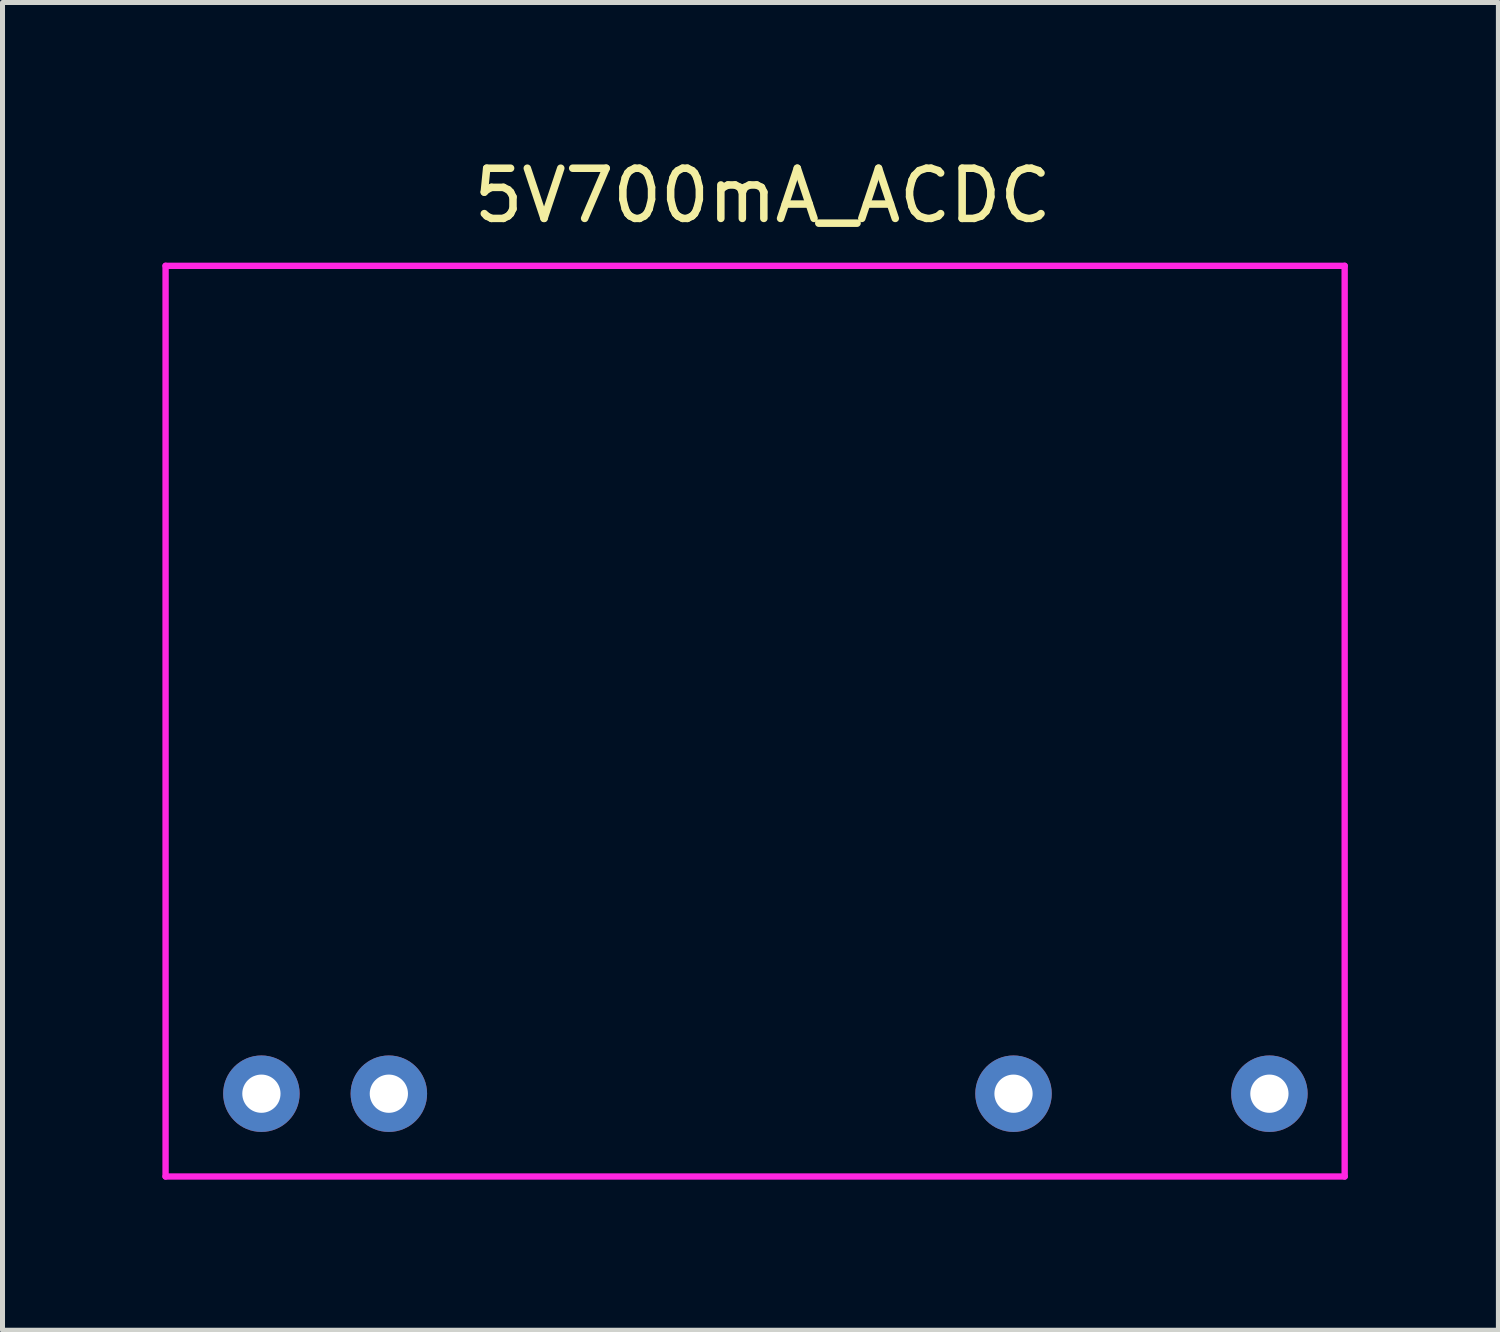
<source format=kicad_pcb>
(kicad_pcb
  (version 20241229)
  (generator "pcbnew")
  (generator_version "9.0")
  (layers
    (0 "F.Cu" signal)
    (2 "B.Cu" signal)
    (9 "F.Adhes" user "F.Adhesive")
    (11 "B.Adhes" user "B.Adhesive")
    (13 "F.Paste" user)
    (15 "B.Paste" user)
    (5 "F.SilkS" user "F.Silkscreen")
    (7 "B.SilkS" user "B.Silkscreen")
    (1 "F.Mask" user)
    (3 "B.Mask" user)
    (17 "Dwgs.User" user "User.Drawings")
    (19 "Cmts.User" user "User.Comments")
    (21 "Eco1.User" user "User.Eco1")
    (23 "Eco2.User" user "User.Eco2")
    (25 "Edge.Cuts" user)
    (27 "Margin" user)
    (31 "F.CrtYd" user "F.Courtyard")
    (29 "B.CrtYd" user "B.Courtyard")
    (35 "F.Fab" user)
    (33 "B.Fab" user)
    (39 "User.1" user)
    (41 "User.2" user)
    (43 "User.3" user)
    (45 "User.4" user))
  (footprint "5V700mA_ACDC"
    (layer "F.Cu")
    (at 0.25 2.248)
    (property "Reference" "5V700mA_ACDC" (at 11.9 -1.4 0) (layer "F.SilkS") (effects (font (size 1 1) (thickness 0.15))))
    (attr through_hole)
    (fp_line (start 0 0) (end 0 18.15) (stroke (width 0.127) (type solid)) (layer "F.CrtYd"))
    (fp_line (start 0 0) (end 23.5 0) (stroke (width 0.127) (type solid)) (layer "F.CrtYd"))
    (fp_line (start 0 18.15) (end 23.5 18.15) (stroke (width 0.127) (type solid)) (layer "F.CrtYd"))
    (fp_line (start 23.5 0) (end 23.5 18.15) (stroke (width 0.127) (type solid)) (layer "F.CrtYd"))
    (pad "1" thru_hole circle (at 16.9 16.5) (size 1.524 1.524) (drill 0.762) (layers "*.Cu" "*.Mask"))
    (pad "5" thru_hole circle (at 22 16.5) (size 1.524 1.524) (drill 0.762) (layers "*.Cu" "*.Mask"))
    (pad "7" thru_hole circle (at 4.45 16.5) (size 1.524 1.524) (drill 0.762) (layers "*.Cu" "*.Mask"))
    (pad "9" thru_hole circle (at 1.91 16.5) (size 1.524 1.524) (drill 0.762) (layers "*.Cu" "*.Mask")))
  (gr_rect
    (start -3 -3)
    (end 26.814 23.462)
    (stroke (width 0.1) (type default))
    (fill no)
    (layer "Edge.Cuts")))
</source>
